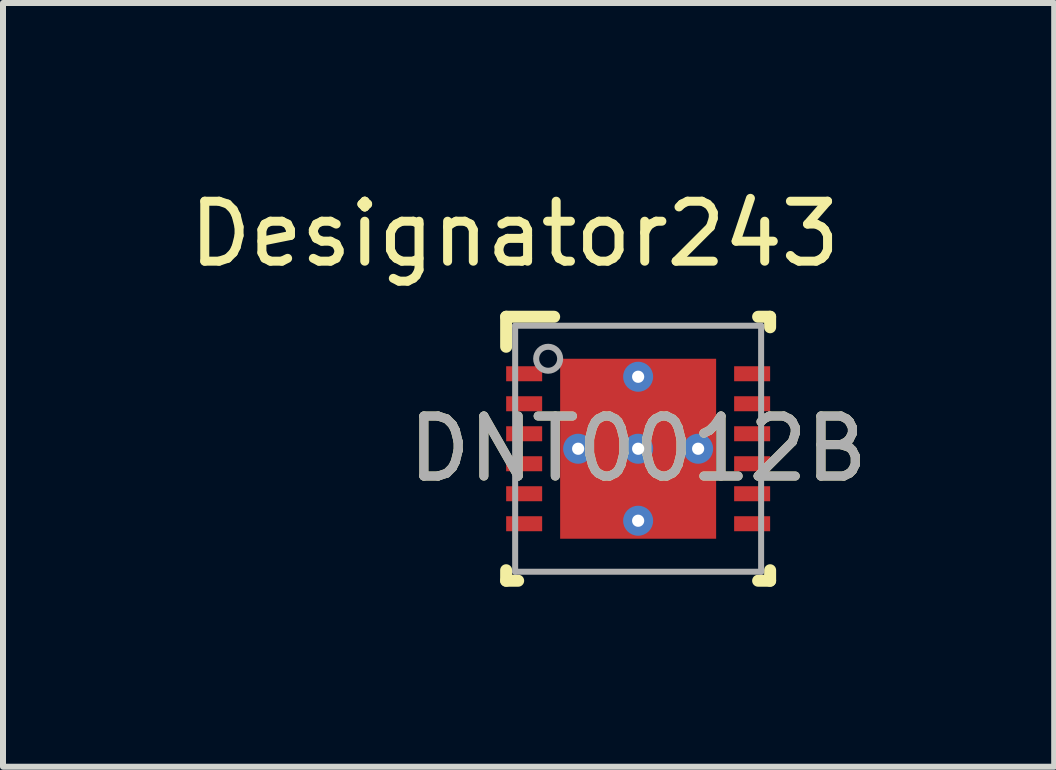
<source format=kicad_pcb>
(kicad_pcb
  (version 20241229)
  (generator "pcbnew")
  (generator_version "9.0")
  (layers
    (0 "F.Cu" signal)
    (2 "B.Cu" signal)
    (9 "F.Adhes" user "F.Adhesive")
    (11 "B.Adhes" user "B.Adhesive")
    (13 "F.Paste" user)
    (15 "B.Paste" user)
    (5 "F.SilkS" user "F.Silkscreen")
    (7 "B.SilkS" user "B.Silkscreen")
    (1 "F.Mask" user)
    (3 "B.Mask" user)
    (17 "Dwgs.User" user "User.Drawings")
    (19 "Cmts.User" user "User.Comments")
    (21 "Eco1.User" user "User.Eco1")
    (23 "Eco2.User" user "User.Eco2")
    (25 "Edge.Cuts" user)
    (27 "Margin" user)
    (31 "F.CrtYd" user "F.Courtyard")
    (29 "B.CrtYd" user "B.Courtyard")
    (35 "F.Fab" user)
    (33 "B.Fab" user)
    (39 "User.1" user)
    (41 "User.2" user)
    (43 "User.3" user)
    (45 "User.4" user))
  (footprint "DNT0012B"
    (layer "F.Cu")
    (at 7.587 4.43)
    (property "Reference" "DNT0012B" (at 0 0 0) (unlocked yes) (layer "F.SilkS") (effects (font (size 1 1) (thickness 0.15))))
    (attr smd)
    (fp_line (start -2.2 -2.2) (end -1.4 -2.2) (stroke (width 0.2) (type solid)) (layer "F.SilkS"))
    (fp_line (start -2.2 -1.7) (end -2.2 -2.2) (stroke (width 0.2) (type solid)) (layer "F.SilkS"))
    (fp_line (start -2.2 2.2) (end -2.2 2.025) (stroke (width 0.2) (type solid)) (layer "F.SilkS"))
    (fp_line (start -2.2 2.2) (end -2 2.2) (stroke (width 0.2) (type solid)) (layer "F.SilkS"))
    (fp_line (start 2 -2.2) (end 2.2 -2.2) (stroke (width 0.2) (type solid)) (layer "F.SilkS"))
    (fp_line (start 2 2.2) (end 2.2 2.2) (stroke (width 0.2) (type solid)) (layer "F.SilkS"))
    (fp_line (start 2.2 -2.025) (end 2.2 -2.2) (stroke (width 0.2) (type solid)) (layer "F.SilkS"))
    (fp_line (start 2.2 2.2) (end 2.2 2.025) (stroke (width 0.2) (type solid)) (layer "F.SilkS"))
    (fp_poly (pts (xy -0.1 -1.41) (xy -1.248 -1.41) (xy -1.248 -0.1) (xy -0.1 -0.1)) (stroke (width 0) (type solid)) (fill yes) (layer "F.Paste"))
    (fp_poly (pts (xy -0.1 0.1) (xy -1.248 0.1) (xy -1.248 1.41) (xy -0.1 1.41)) (stroke (width 0) (type solid)) (fill yes) (layer "F.Paste"))
    (fp_poly (pts (xy 0.1 -0.1) (xy 1.248 -0.1) (xy 1.248 -1.41) (xy 0.1 -1.41)) (stroke (width 0) (type solid)) (fill yes) (layer "F.Paste"))
    (fp_poly (pts (xy 0.1 1.41) (xy 1.248 1.41) (xy 1.248 0.1) (xy 0.1 0.1)) (stroke (width 0) (type solid)) (fill yes) (layer "F.Paste"))
    (fp_line (start -2.05 -2.05) (end 2.05 -2.05) (stroke (width 0.1) (type solid)) (layer "F.Fab"))
    (fp_line (start -2.05 2.05) (end 2.05 2.05) (stroke (width 0.1) (type solid)) (layer "F.Fab"))
    (fp_line (start -2.05 2.05) (end -2.05 -2.05) (stroke (width 0.1) (type solid)) (layer "F.Fab"))
    (fp_line (start 2.05 2.05) (end 2.05 -2.05) (stroke (width 0.1) (type solid)) (layer "F.Fab"))
    (fp_circle (center -1.5 -1.5) (end -1.3 -1.5) (stroke (width 0.1) (type solid)) (fill no) (layer "F.Fab"))
    (fp_text user "Designator243" (at -2.057 -3.581 0) (unlocked yes) (layer "F.SilkS") (effects (font (size 1 1) (thickness 0.15))))
    (fp_text user "${REFERENCE}" (at 0 0 0) (unlocked yes) (layer "F.Fab") (effects (font (size 1 1) (thickness 0.15))))
    (pad "1" smd rect (at -1.9 -1.25 90) (size 0.25 0.6) (layers "F.Cu" "F.Mask" "F.Paste"))
    (pad "2" smd rect (at -1.9 -0.75 90) (size 0.25 0.6) (layers "F.Cu" "F.Mask" "F.Paste"))
    (pad "3" smd rect (at -1.9 -0.25 90) (size 0.25 0.6) (layers "F.Cu" "F.Mask" "F.Paste"))
    (pad "4" smd rect (at -1.9 0.25 90) (size 0.25 0.6) (layers "F.Cu" "F.Mask" "F.Paste"))
    (pad "5" smd rect (at -1.9 0.75 90) (size 0.25 0.6) (layers "F.Cu" "F.Mask" "F.Paste"))
    (pad "6" smd rect (at -1.9 1.25 90) (size 0.25 0.6) (layers "F.Cu" "F.Mask" "F.Paste"))
    (pad "7" smd rect (at 1.9 1.25 90) (size 0.25 0.6) (layers "F.Cu" "F.Mask" "F.Paste"))
    (pad "8" smd rect (at 1.9 0.75 90) (size 0.25 0.6) (layers "F.Cu" "F.Mask" "F.Paste"))
    (pad "9" smd rect (at 1.9 0.25 90) (size 0.25 0.6) (layers "F.Cu" "F.Mask" "F.Paste"))
    (pad "10" smd rect (at 1.9 -0.25 90) (size 0.25 0.6) (layers "F.Cu" "F.Mask" "F.Paste"))
    (pad "11" smd rect (at 1.9 -0.75 90) (size 0.25 0.6) (layers "F.Cu" "F.Mask" "F.Paste"))
    (pad "12" smd rect (at 1.9 -1.25 90) (size 0.25 0.6) (layers "F.Cu" "F.Mask" "F.Paste"))
    (pad "13" smd rect (at 0 0 90) (size 3 2.6) (layers "F.Cu" "F.Mask"))
    (pad "V" thru_hole circle (at -1 0) (size 0.5 0.5) (drill 0.203) (layers "*.Cu" "*.Mask"))
    (pad "V" thru_hole circle (at 0 -1.2) (size 0.5 0.5) (drill 0.203) (layers "*.Cu" "*.Mask"))
    (pad "V" thru_hole circle (at 0 0) (size 0.5 0.5) (drill 0.203) (layers "*.Cu" "*.Mask"))
    (pad "V" thru_hole circle (at 0 1.2) (size 0.5 0.5) (drill 0.203) (layers "*.Cu" "*.Mask"))
    (pad "V" thru_hole circle (at 1 0) (size 0.5 0.5) (drill 0.203) (layers "*.Cu" "*.Mask")))
  (gr_rect
    (start -3 -3)
    (end 14.522 9.73)
    (stroke (width 0.1) (type default))
    (fill no)
    (layer "Edge.Cuts")))
</source>
